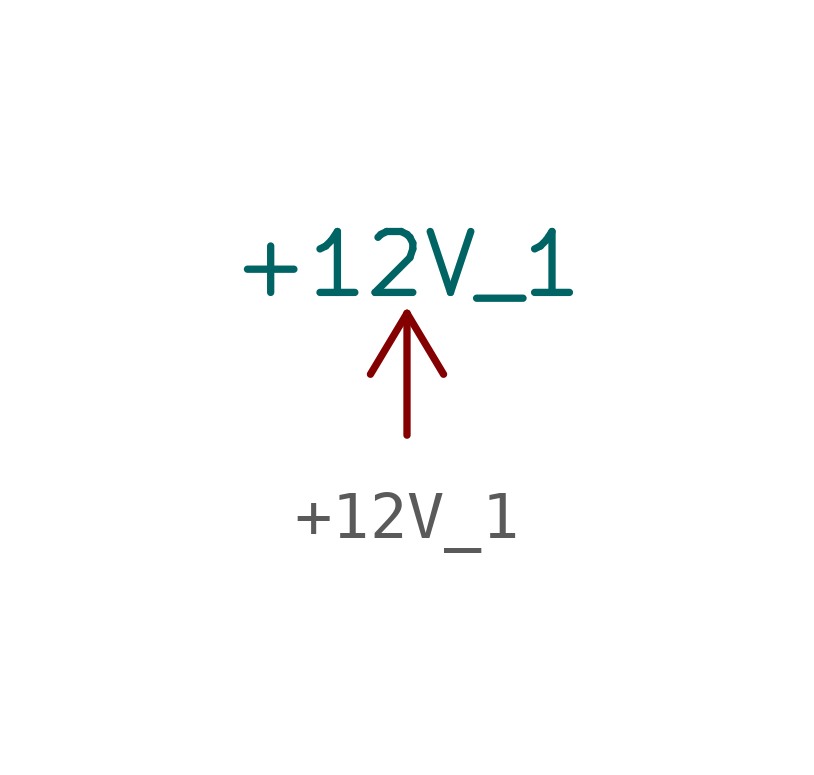
<source format=kicad_sym>
(kicad_symbol_lib
  (version 20231120)
  (generator "kicad_symbol_editor")
  (generator_version "8.0")
  (symbol "+12V_1"
    (power)
    (pin_names
      (offset 0))
    (property "Reference" "#PWR"
      (at 0 -3.81 0)
      (effects (font (size 1.27 1.27)) (hide yes)))
    (property "Value" "+12V_1"
      (at 0 3.556 0)
      (effects (font (size 1.27 1.27))))
    (symbol "+12V_1_0_1"
      (polyline (pts (xy -0.762 1.27) (xy 0 2.54)) (stroke (width 0) (type default)) (fill (type none)))
      (polyline (pts (xy 0 0) (xy 0 2.54)) (stroke (width 0) (type default)) (fill (type none)))
      (polyline (pts (xy 0 2.54) (xy 0.762 1.27)) (stroke (width 0) (type default)) (fill (type none))))
    (symbol "+12V_1_1_1"
      (pin power_in line (at 0 0 90) (length 0) hide (name "+12V_1" (effects (font (size 1.27 1.27)))) (number "1" (effects (font (size 1.27 1.27))))))))
</source>
